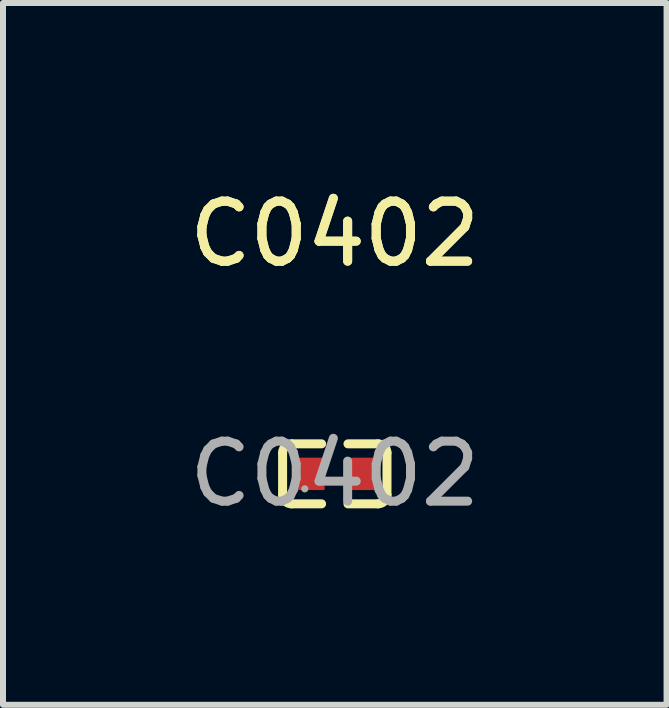
<source format=kicad_pcb>
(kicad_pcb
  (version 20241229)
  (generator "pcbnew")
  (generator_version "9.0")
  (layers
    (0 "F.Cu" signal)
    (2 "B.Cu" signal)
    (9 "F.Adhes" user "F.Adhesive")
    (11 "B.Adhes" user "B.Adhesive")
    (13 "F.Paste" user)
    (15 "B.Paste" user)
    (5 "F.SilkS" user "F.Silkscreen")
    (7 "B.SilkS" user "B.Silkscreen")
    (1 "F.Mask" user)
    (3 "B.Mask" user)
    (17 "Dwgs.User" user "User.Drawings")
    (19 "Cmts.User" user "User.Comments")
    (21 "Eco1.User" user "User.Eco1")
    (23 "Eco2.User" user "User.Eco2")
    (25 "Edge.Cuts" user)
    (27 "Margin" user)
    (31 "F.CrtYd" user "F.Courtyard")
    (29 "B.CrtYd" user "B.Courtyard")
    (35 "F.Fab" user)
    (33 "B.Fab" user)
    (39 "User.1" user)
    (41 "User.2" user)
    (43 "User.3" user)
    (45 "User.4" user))
  (footprint "C0402"
    (layer "F.Cu")
    (at 2.53 4.848)
    (property "Reference" "C0402" (at 0 -4 0) (layer "F.SilkS") (effects (font (size 1 1) (thickness 0.15))))
    (attr through_hole)
    (fp_line (start -0.87 0.35) (end -0.87 -0.35) (stroke (width 0.15) (type solid)) (layer "F.SilkS"))
    (fp_line (start -0.72 -0.5) (end -0.22 -0.5) (stroke (width 0.15) (type solid)) (layer "F.SilkS"))
    (fp_line (start -0.22 0.5) (end -0.72 0.5) (stroke (width 0.15) (type solid)) (layer "F.SilkS"))
    (fp_line (start 0.22 -0.5) (end 0.72 -0.5) (stroke (width 0.15) (type solid)) (layer "F.SilkS"))
    (fp_line (start 0.72 0.5) (end 0.22 0.5) (stroke (width 0.15) (type solid)) (layer "F.SilkS"))
    (fp_line (start 0.87 -0.35) (end 0.87 0.35) (stroke (width 0.15) (type solid)) (layer "F.SilkS"))
    (fp_arc (start -0.87 -0.35) (mid -0.826066 -0.456066) (end -0.72 -0.5) (stroke (width 0.15) (type solid)) (layer "F.SilkS"))
    (fp_arc (start -0.72 0.5) (mid -0.826066 0.456066) (end -0.87 0.35) (stroke (width 0.15) (type solid)) (layer "F.SilkS"))
    (fp_arc (start 0.72 -0.5) (mid 0.826066 -0.456066) (end 0.87 -0.35) (stroke (width 0.15) (type solid)) (layer "F.SilkS"))
    (fp_arc (start 0.87 0.35) (mid 0.826066 0.456066) (end 0.72 0.5) (stroke (width 0.15) (type solid)) (layer "F.SilkS"))
    (fp_circle (center -0.5 0.25) (end -0.47 0.25) (stroke (width 0.06) (type solid)) (fill no) (layer "F.Fab"))
    (fp_text user "${REFERENCE}" (at 0 -4 0) (layer "F.SilkS") (effects (font (size 1 1) (thickness 0.15))))
    (fp_text user "${REFERENCE}" (at 0 0 0) (layer "F.Fab") (effects (font (size 1 1) (thickness 0.15))))
    (pad "1" smd rect (at -0.42 0) (size 0.5 0.54) (layers "F.Cu" "F.Mask" "F.Paste"))
    (pad "2" smd rect (at 0.42 0) (size 0.5 0.54) (layers "F.Cu" "F.Mask" "F.Paste")))
  (gr_rect
    (start -3 -3)
    (end 8.06 8.697)
    (stroke (width 0.1) (type default))
    (fill no)
    (layer "Edge.Cuts")))
</source>
